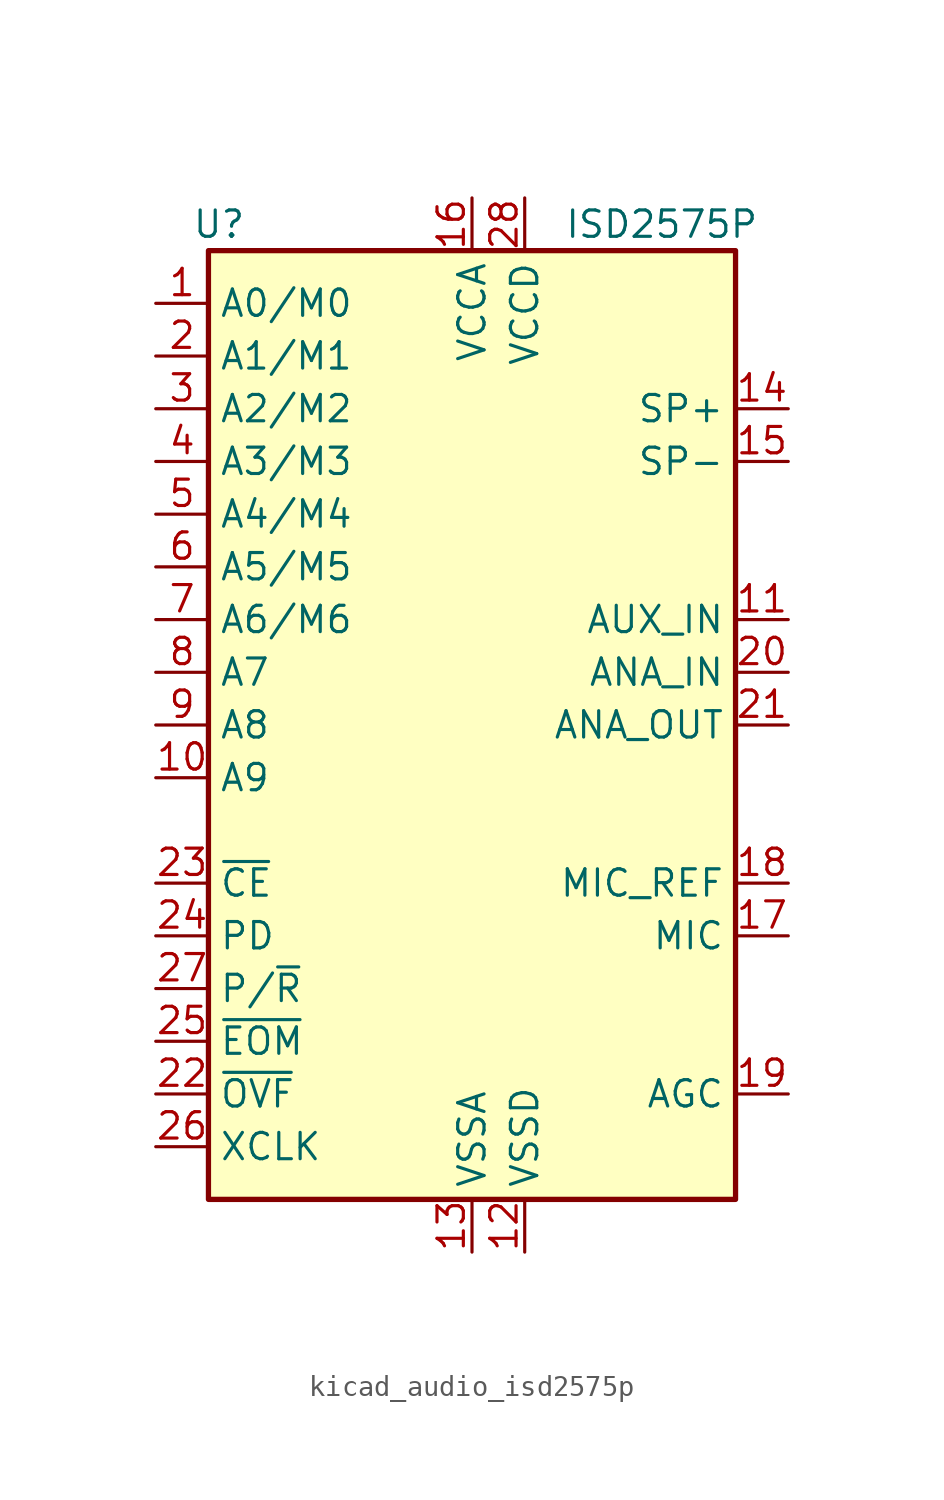
<source format=kicad_sym>
(kicad_symbol_lib
  (version 20220914)
  (generator kicad_symbol_editor)
  (symbol "kicad_audio_isd2575p"
    (property "Reference" "U"
      (at -12.192 24.13 0)
      (effects (font (size 1.27 1.27))))
    (property "Value" "ISD2575P"
      (at 9.144 24.13 0)
      (effects (font (size 1.27 1.27))))
    (symbol "kicad_audio_isd2575p_0_1"
      (rectangle (start -12.7 22.86) (end 12.7 -22.86) (stroke (width 0.254) (type default)) (fill (type background))))
    (symbol "kicad_audio_isd2575p_1_1"
      (pin input line (at -15.24 20.32 0) (length 2.54) (name "A0/M0" (effects (font (size 1.27 1.27)))) (number "1" (effects (font (size 1.27 1.27)))))
      (pin input line (at -15.24 -2.54 0) (length 2.54) (name "A9" (effects (font (size 1.27 1.27)))) (number "10" (effects (font (size 1.27 1.27)))))
      (pin input line (at 15.24 5.08 180) (length 2.54) (name "AUX_IN" (effects (font (size 1.27 1.27)))) (number "11" (effects (font (size 1.27 1.27)))))
      (pin power_in line (at 2.54 -25.4 90) (length 2.54) (name "VSSD" (effects (font (size 1.27 1.27)))) (number "12" (effects (font (size 1.27 1.27)))))
      (pin power_in line (at 0 -25.4 90) (length 2.54) (name "VSSA" (effects (font (size 1.27 1.27)))) (number "13" (effects (font (size 1.27 1.27)))))
      (pin output line (at 15.24 15.24 180) (length 2.54) (name "SP+" (effects (font (size 1.27 1.27)))) (number "14" (effects (font (size 1.27 1.27)))))
      (pin output line (at 15.24 12.7 180) (length 2.54) (name "SP-" (effects (font (size 1.27 1.27)))) (number "15" (effects (font (size 1.27 1.27)))))
      (pin power_in line (at 0 25.4 270) (length 2.54) (name "VCCA" (effects (font (size 1.27 1.27)))) (number "16" (effects (font (size 1.27 1.27)))))
      (pin input line (at 15.24 -10.16 180) (length 2.54) (name "MIC" (effects (font (size 1.27 1.27)))) (number "17" (effects (font (size 1.27 1.27)))))
      (pin passive line (at 15.24 -7.62 180) (length 2.54) (name "MIC_REF" (effects (font (size 1.27 1.27)))) (number "18" (effects (font (size 1.27 1.27)))))
      (pin passive line (at 15.24 -17.78 180) (length 2.54) (name "AGC" (effects (font (size 1.27 1.27)))) (number "19" (effects (font (size 1.27 1.27)))))
      (pin input line (at -15.24 17.78 0) (length 2.54) (name "A1/M1" (effects (font (size 1.27 1.27)))) (number "2" (effects (font (size 1.27 1.27)))))
      (pin input line (at 15.24 2.54 180) (length 2.54) (name "ANA_IN" (effects (font (size 1.27 1.27)))) (number "20" (effects (font (size 1.27 1.27)))))
      (pin output line (at 15.24 0 180) (length 2.54) (name "ANA_OUT" (effects (font (size 1.27 1.27)))) (number "21" (effects (font (size 1.27 1.27)))))
      (pin output line (at -15.24 -17.78 0) (length 2.54) (name "~{OVF}" (effects (font (size 1.27 1.27)))) (number "22" (effects (font (size 1.27 1.27)))))
      (pin input line (at -15.24 -7.62 0) (length 2.54) (name "~{CE}" (effects (font (size 1.27 1.27)))) (number "23" (effects (font (size 1.27 1.27)))))
      (pin input line (at -15.24 -10.16 0) (length 2.54) (name "PD" (effects (font (size 1.27 1.27)))) (number "24" (effects (font (size 1.27 1.27)))))
      (pin output line (at -15.24 -15.24 0) (length 2.54) (name "~{EOM}" (effects (font (size 1.27 1.27)))) (number "25" (effects (font (size 1.27 1.27)))))
      (pin input line (at -15.24 -20.32 0) (length 2.54) (name "XCLK" (effects (font (size 1.27 1.27)))) (number "26" (effects (font (size 1.27 1.27)))))
      (pin input line (at -15.24 -12.7 0) (length 2.54) (name "P/~{R}" (effects (font (size 1.27 1.27)))) (number "27" (effects (font (size 1.27 1.27)))))
      (pin power_in line (at 2.54 25.4 270) (length 2.54) (name "VCCD" (effects (font (size 1.27 1.27)))) (number "28" (effects (font (size 1.27 1.27)))))
      (pin input line (at -15.24 15.24 0) (length 2.54) (name "A2/M2" (effects (font (size 1.27 1.27)))) (number "3" (effects (font (size 1.27 1.27)))))
      (pin input line (at -15.24 12.7 0) (length 2.54) (name "A3/M3" (effects (font (size 1.27 1.27)))) (number "4" (effects (font (size 1.27 1.27)))))
      (pin input line (at -15.24 10.16 0) (length 2.54) (name "A4/M4" (effects (font (size 1.27 1.27)))) (number "5" (effects (font (size 1.27 1.27)))))
      (pin input line (at -15.24 7.62 0) (length 2.54) (name "A5/M5" (effects (font (size 1.27 1.27)))) (number "6" (effects (font (size 1.27 1.27)))))
      (pin input line (at -15.24 5.08 0) (length 2.54) (name "A6/M6" (effects (font (size 1.27 1.27)))) (number "7" (effects (font (size 1.27 1.27)))))
      (pin input line (at -15.24 2.54 0) (length 2.54) (name "A7" (effects (font (size 1.27 1.27)))) (number "8" (effects (font (size 1.27 1.27)))))
      (pin input line (at -15.24 0 0) (length 2.54) (name "A8" (effects (font (size 1.27 1.27)))) (number "9" (effects (font (size 1.27 1.27))))))))
</source>
